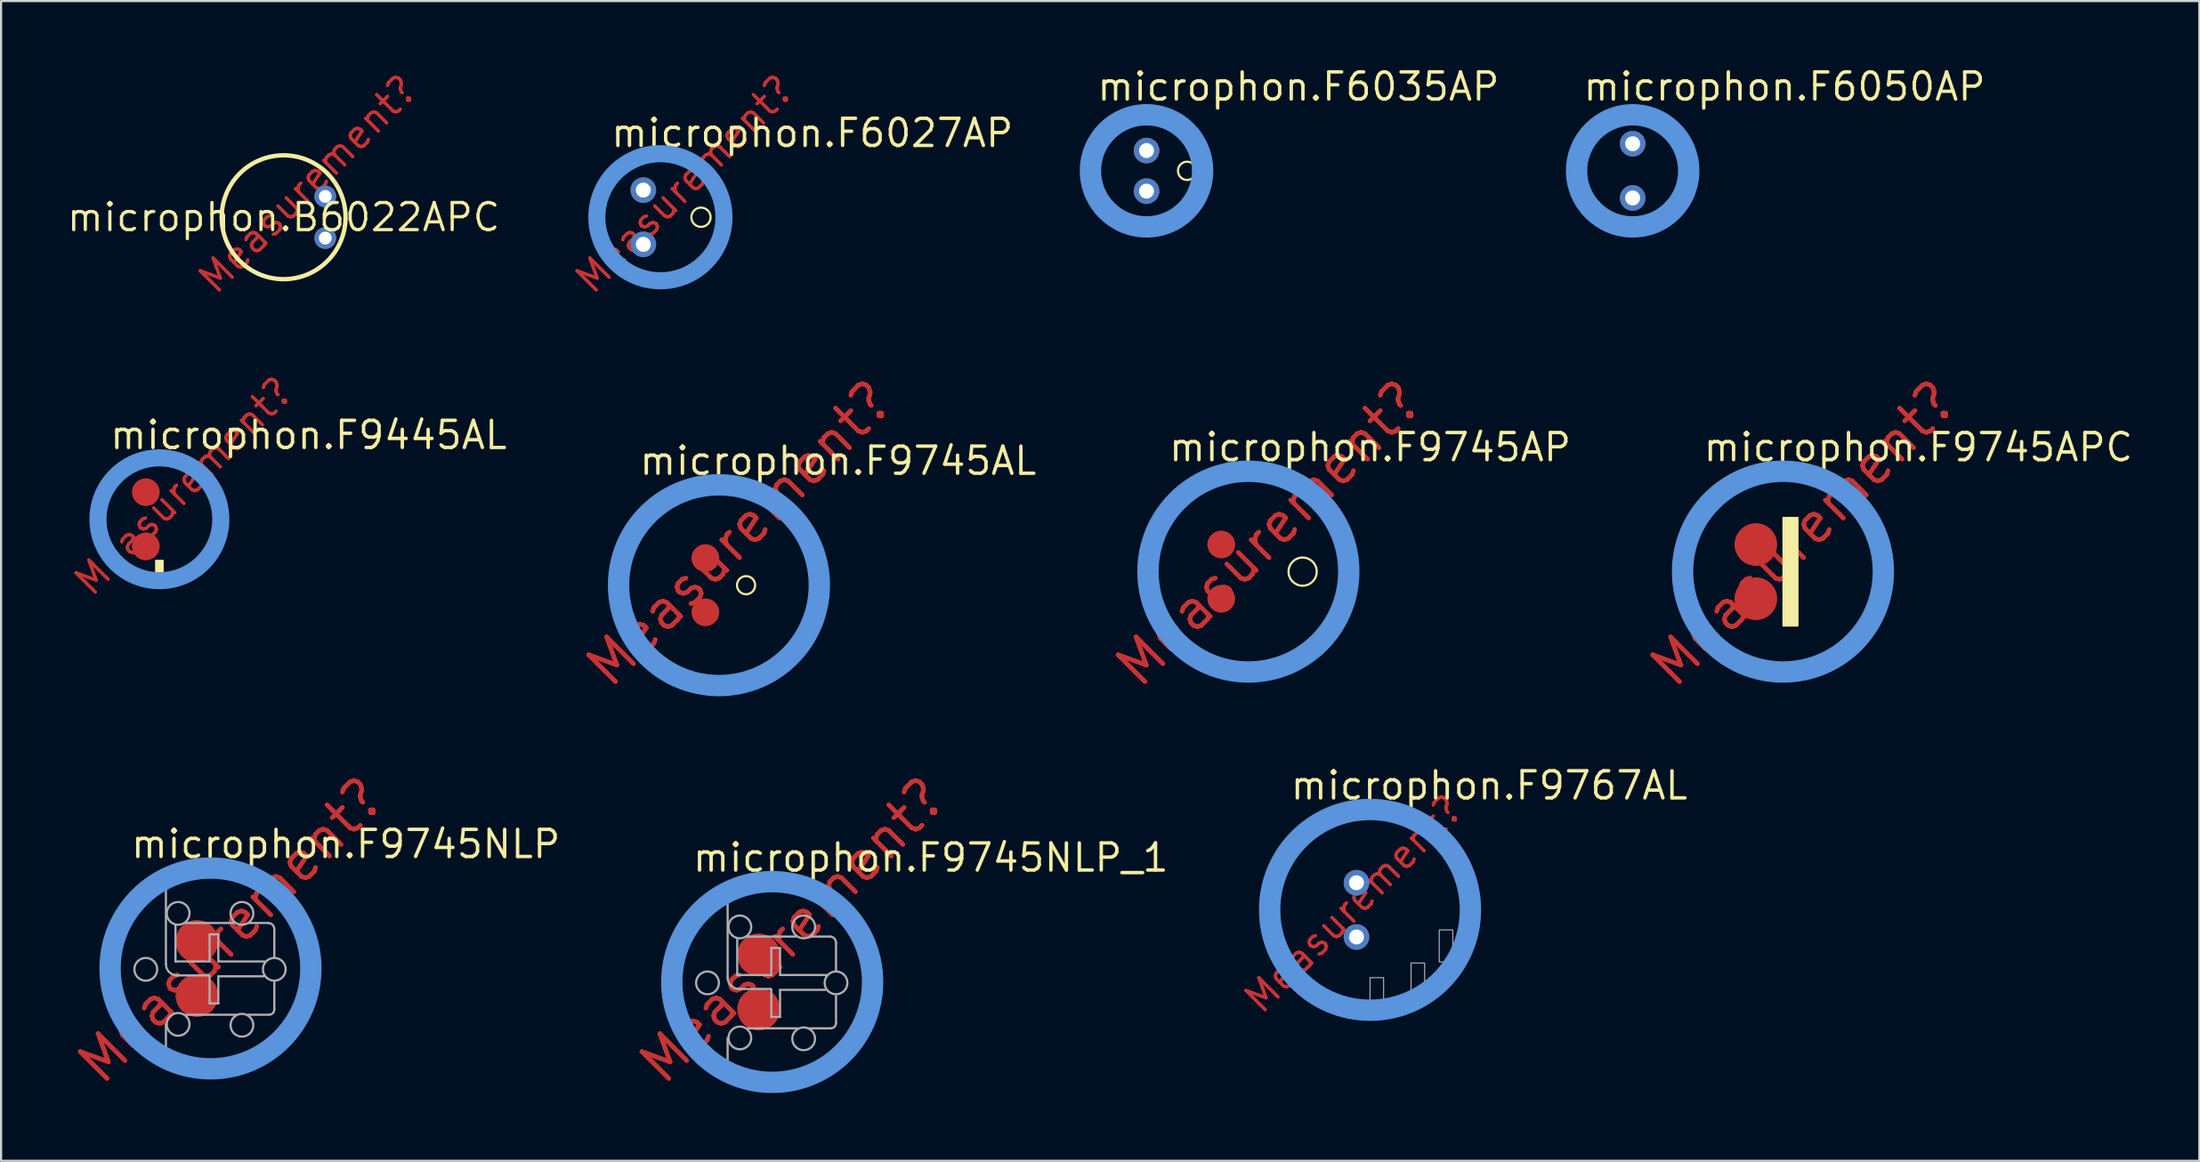
<source format=kicad_pcb>
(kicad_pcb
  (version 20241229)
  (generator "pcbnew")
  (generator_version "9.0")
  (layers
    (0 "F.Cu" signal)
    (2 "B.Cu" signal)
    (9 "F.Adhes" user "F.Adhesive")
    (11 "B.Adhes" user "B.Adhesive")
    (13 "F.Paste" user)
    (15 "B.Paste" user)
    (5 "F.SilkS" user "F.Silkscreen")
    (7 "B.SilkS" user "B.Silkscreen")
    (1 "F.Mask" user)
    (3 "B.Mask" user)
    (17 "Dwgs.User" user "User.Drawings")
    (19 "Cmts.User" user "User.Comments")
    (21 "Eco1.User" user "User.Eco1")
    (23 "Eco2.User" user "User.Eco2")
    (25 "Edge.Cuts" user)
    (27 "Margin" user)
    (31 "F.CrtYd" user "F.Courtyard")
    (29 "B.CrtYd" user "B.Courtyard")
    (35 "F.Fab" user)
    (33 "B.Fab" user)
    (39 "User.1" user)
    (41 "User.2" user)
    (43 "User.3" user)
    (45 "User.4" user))
  (footprint "microphon.B6022APC"
    (layer "F.Cu")
    (at 10.228 7.123)
    (property "Reference" "microphon.B6022APC" (at 0 0 0) (layer "F.SilkS") (effects (font (size 1.27 1.27) (thickness 0.15))))
    (attr through_hole)
    (fp_circle (center 0 0) (end 2.9 0) (stroke (width 0.203) (type default)) (fill no) (layer "F.SilkS"))
    (fp_text user "Measurement?" (at -3.175 3.81 45) (layer "F.Cu") (effects (font (size 1.27 1.27) (thickness 0.16)) (justify left bottom)))
    (pad "1" thru_hole circle (at 1.95 0.975) (size 1.016 1.016) (drill 0.6) (layers "*.Cu" "*.Mask"))
    (pad "2" thru_hole circle (at 1.95 -0.975) (size 1.016 1.016) (drill 0.6) (layers "*.Cu" "*.Mask")))
  (footprint "microphon.F9445AL"
    (layer "F.Cu")
    (at 4.412 21.267)
    (property "Reference" "microphon.F9445AL" (at -2.4 -3.2 0) (layer "F.SilkS") (effects (font (size 1.27 1.27) (thickness 0.16)) (justify left bottom)))
    (attr smd)
    (fp_rect (start -0.175 2.725) (end 0.175 1.925) (stroke (width 0.05) (type default)) (fill yes) (layer "F.SilkS"))
    (fp_circle (center 0 0) (end 2.875 0) (stroke (width 0.203) (type default)) (fill no) (layer "F.SilkS"))
    (fp_circle (center 0 0) (end 2.875 0) (stroke (width 0.8) (type default)) (fill no) (layer "Cmts.User"))
    (fp_text user "Measurement?" (at -3.175 3.81 45) (layer "F.Cu") (effects (font (size 1.27 1.27) (thickness 0.16)) (justify left bottom)))
    (pad "1" smd roundrect (at -0.635 -1.27) (size 1.3 1.3) (layers "F.Cu" "F.Mask" "F.Paste") (roundrect_rratio 0.5))
    (pad "2" smd roundrect (at -0.635 1.27) (size 1.3 1.3) (layers "F.Cu" "F.Mask" "F.Paste") (roundrect_rratio 0.5)))
  (footprint "microphon.F9745NLP_1"
    (layer "F.Cu")
    (at 33.102 42.936)
    (property "Reference" "microphon.F9745NLP_1" (at -3.81 -5.08 0) (layer "F.SilkS") (effects (font (size 1.27 1.27) (thickness 0.16)) (justify left bottom)))
    (attr smd)
    (fp_circle (center 0 0) (end 4.725 0) (stroke (width 0.203) (type default)) (fill no) (layer "F.SilkS"))
    (fp_circle (center 0 0) (end 4.7 0) (stroke (width 1) (type default)) (fill no) (layer "Cmts.User"))
    (fp_line (start -2.087 -0.205) (end -2.087 -3.765) (stroke (width 0.102) (type default)) (layer "F.Fab"))
    (fp_line (start -2.087 2.619) (end -2.087 3.724) (stroke (width 0.102) (type default)) (layer "F.Fab"))
    (fp_line (start -1.637 -2.006) (end -1.637 -0.327) (stroke (width 0.102) (type default)) (layer "F.Fab"))
    (fp_line (start -1.637 -0.327) (end -0.041 -0.327) (stroke (width 0.102) (type default)) (layer "F.Fab"))
    (fp_line (start -0.082 0.327) (end -1.555 0.327) (stroke (width 0.102) (type default)) (layer "F.Fab"))
    (fp_line (start -0.041 -1.596) (end 0.368 -1.596) (stroke (width 0.102) (type default)) (layer "F.Fab"))
    (fp_line (start -0.041 -0.327) (end -0.041 -1.596) (stroke (width 0.102) (type default)) (layer "F.Fab"))
    (fp_line (start -0.041 1.637) (end -0.041 0.368) (stroke (width 0.102) (type default)) (layer "F.Fab"))
    (fp_line (start 0.368 -1.596) (end 0.368 -0.327) (stroke (width 0.102) (type default)) (layer "F.Fab"))
    (fp_line (start 0.368 -0.327) (end 2.538 -0.327) (stroke (width 0.102) (type default)) (layer "F.Fab"))
    (fp_line (start 0.368 0.368) (end 2.497 0.368) (stroke (width 0.102) (type default)) (layer "F.Fab"))
    (fp_line (start 0.368 1.637) (end -0.041 1.637) (stroke (width 0.102) (type default)) (layer "F.Fab"))
    (fp_line (start 0.368 1.637) (end 0.368 0.368) (stroke (width 0.102) (type default)) (layer "F.Fab"))
    (fp_line (start 1.105 -2.128) (end -1.187 -2.128) (stroke (width 0.102) (type default)) (layer "F.Fab"))
    (fp_line (start 1.187 2.169) (end -1.146 2.169) (stroke (width 0.102) (type default)) (layer "F.Fab"))
    (fp_line (start 1.801 -2.128) (end 2.701 -2.128) (stroke (width 0.102) (type default)) (layer "F.Fab"))
    (fp_line (start 2.742 2.169) (end 1.76 2.169) (stroke (width 0.102) (type default)) (layer "F.Fab"))
    (fp_line (start 2.988 -1.842) (end 2.988 -0.532) (stroke (width 0.102) (type default)) (layer "F.Fab"))
    (fp_line (start 2.988 0.655) (end 2.988 1.924) (stroke (width 0.102) (type default)) (layer "F.Fab"))
    (fp_arc (start -2.0873 3.7244) (mid -4.295964 -0.0205) (end -2.0873 -3.7654) (stroke (width 0.1016) (type default)) (layer "F.Fab"))
    (fp_arc (start -1.5553 0.3274) (mid -1.931481 0.171581) (end -2.0873 -0.2046) (stroke (width 0.1016) (type default)) (layer "F.Fab"))
    (fp_arc (start -0.0819 0.3274) (mid -0.052909 0.339409) (end -0.0409 0.3684) (stroke (width 0.1016) (type default)) (layer "F.Fab"))
    (fp_arc (start 2.7012 -2.1283) (mid 2.903786 -2.044386) (end 2.9877 -1.8418) (stroke (width 0.1016) (type default)) (layer "F.Fab"))
    (fp_arc (start 2.9877 1.9236) (mid 2.915815 2.097245) (end 2.7422 2.1692) (stroke (width 0.1016) (type default)) (layer "F.Fab"))
    (fp_circle (center -3.029 0.041) (end -2.495 0.041) (stroke (width 0.102) (type default)) (fill no) (layer "F.Fab"))
    (fp_circle (center -1.514 -2.579) (end -0.981 -2.579) (stroke (width 0.102) (type default)) (fill no) (layer "F.Fab"))
    (fp_circle (center -1.514 2.619) (end -0.982 2.619) (stroke (width 0.102) (type default)) (fill no) (layer "F.Fab"))
    (fp_circle (center 1.473 -2.579) (end 2.007 -2.579) (stroke (width 0.102) (type default)) (fill no) (layer "F.Fab"))
    (fp_circle (center 1.473 2.66) (end 2.006 2.66) (stroke (width 0.102) (type default)) (fill no) (layer "F.Fab"))
    (fp_circle (center 2.988 0.041) (end 3.521 0.041) (stroke (width 0.102) (type default)) (fill no) (layer "F.Fab"))
    (fp_text user "Measurement?" (at -5.08 5.08 45) (layer "F.Cu") (effects (font (size 1.778 1.778) (thickness 0.22)) (justify left bottom)))
    (pad "1" smd roundrect (at -0.635 -1.27) (size 2 2) (layers "F.Cu" "F.Mask" "F.Paste") (roundrect_rratio 0.5))
    (pad "2" smd roundrect (at -0.635 1.27) (size 2 2) (layers "F.Cu" "F.Mask" "F.Paste") (roundrect_rratio 0.5)))
  (footprint "microphon.F9767AL"
    (layer "F.Cu")
    (at 61.091 39.557)
    (property "Reference" "microphon.F9767AL" (at -3.81 -5.08 0) (layer "F.SilkS") (effects (font (size 1.27 1.27) (thickness 0.16)) (justify left bottom)))
    (attr through_hole)
    (fp_circle (center 0 0) (end 4.725 0) (stroke (width 0.203) (type default)) (fill no) (layer "F.SilkS"))
    (fp_circle (center 0 0) (end 4.7 0) (stroke (width 1) (type default)) (fill no) (layer "Cmts.User"))
    (fp_rect (start 0 4.675) (end 0.635 3.175) (stroke (width 0.05) (type default)) (fill no) (layer "F.Fab"))
    (fp_rect (start 1.92 3.99) (end 2.555 2.49) (stroke (width 0.05) (type default)) (fill no) (layer "F.Fab"))
    (fp_rect (start 3.24 2.438) (end 3.875 0.938) (stroke (width 0.05) (type default)) (fill no) (layer "F.Fab"))
    (fp_text user "Measurement?" (at -5.08 5.08 45) (layer "F.Cu") (effects (font (size 1.27 1.27) (thickness 0.16)) (justify left bottom)))
    (pad "1" thru_hole circle (at -0.635 -1.27) (size 1.2 1.2) (drill 0.7) (layers "*.Cu" "*.Mask"))
    (pad "2" thru_hole circle (at -0.635 1.27) (size 1.2 1.2) (drill 0.7) (layers "*.Cu" "*.Mask")))
  (footprint "microphon.F9745AP"
    (layer "F.Cu")
    (at 55.395 23.719)
    (property "Reference" "microphon.F9745AP" (at -3.81 -5.08 0) (layer "F.SilkS") (effects (font (size 1.27 1.27) (thickness 0.16)) (justify left bottom)))
    (attr smd)
    (fp_circle (center 0 0) (end 4.725 0) (stroke (width 0.203) (type default)) (fill no) (layer "F.SilkS"))
    (fp_circle (center 2.54 0) (end 3.2 0) (stroke (width 0.1) (type default)) (fill no) (layer "F.SilkS"))
    (fp_circle (center 0 0) (end 4.7 0) (stroke (width 1) (type default)) (fill no) (layer "Cmts.User"))
    (fp_text user "Measurement?" (at -5.08 5.715 45) (layer "F.Cu") (effects (font (size 1.778 1.778) (thickness 0.22)) (justify left bottom)))
    (pad "1" smd roundrect (at -1.27 -1.27) (size 1.3 1.3) (layers "F.Cu" "F.Mask" "F.Paste") (roundrect_rratio 0.5))
    (pad "2" smd roundrect (at -1.27 1.27) (size 1.3 1.3) (layers "F.Cu" "F.Mask" "F.Paste") (roundrect_rratio 0.5)))
  (footprint "microphon.F9745AL"
    (layer "F.Cu")
    (at 30.609 24.354)
    (property "Reference" "microphon.F9745AL" (at -3.81 -5.08 0) (layer "F.SilkS") (effects (font (size 1.27 1.27) (thickness 0.16)) (justify left bottom)))
    (attr smd)
    (fp_circle (center 0 0) (end 4.725 0) (stroke (width 0.203) (type default)) (fill no) (layer "F.SilkS"))
    (fp_circle (center 1.27 0) (end 1.695 0) (stroke (width 0.1) (type default)) (fill no) (layer "F.SilkS"))
    (fp_circle (center 0 0) (end 4.7 0) (stroke (width 1) (type default)) (fill no) (layer "Cmts.User"))
    (fp_text user "Measurement?" (at -5.08 5.08 45) (layer "F.Cu") (effects (font (size 1.778 1.778) (thickness 0.22)) (justify left bottom)))
    (pad "1" smd roundrect (at -0.635 -1.27) (size 1.3 1.3) (layers "F.Cu" "F.Mask" "F.Paste") (roundrect_rratio 0.5))
    (pad "2" smd roundrect (at -0.635 1.27) (size 1.3 1.3) (layers "F.Cu" "F.Mask" "F.Paste") (roundrect_rratio 0.5)))
  (footprint "microphon.F6050AP"
    (layer "F.Cu")
    (at 73.386 4.95)
    (property "Reference" "microphon.F6050AP" (at -2.4 -3.2 0) (layer "F.SilkS") (effects (font (size 1.27 1.27) (thickness 0.16)) (justify left bottom)))
    (attr through_hole)
    (fp_rect (start -1.95 2.025) (end -1.55 1.475) (stroke (width 0.05) (type default)) (fill yes) (layer "F.SilkS"))
    (fp_rect (start 1.55 2.025) (end 1.95 1.475) (stroke (width 0.05) (type default)) (fill yes) (layer "F.SilkS"))
    (fp_circle (center 0 0) (end 2.875 0) (stroke (width 0.203) (type default)) (fill no) (layer "F.SilkS"))
    (fp_circle (center 0 0) (end 2.625 0) (stroke (width 1) (type default)) (fill no) (layer "Cmts.User"))
    (pad "1" thru_hole circle (at 0 -1.27) (size 1.2 1.2) (drill 0.7) (layers "*.Cu" "*.Mask"))
    (pad "2" thru_hole circle (at 0 1.27) (size 1.2 1.2) (drill 0.7) (layers "*.Cu" "*.Mask")))
  (footprint "microphon.F9745APC"
    (layer "F.Cu")
    (at 80.423 23.719)
    (property "Reference" "microphon.F9745APC" (at -3.81 -5.08 0) (layer "F.SilkS") (effects (font (size 1.27 1.27) (thickness 0.16)) (justify left bottom)))
    (attr smd)
    (fp_rect (start 0 2.55) (end 0.7 -2.54) (stroke (width 0.05) (type default)) (fill yes) (layer "F.SilkS"))
    (fp_circle (center 0 0) (end 4.725 0) (stroke (width 0.203) (type default)) (fill no) (layer "F.SilkS"))
    (fp_circle (center 0 0) (end 4.7 0) (stroke (width 1) (type default)) (fill no) (layer "Cmts.User"))
    (fp_text user "Measurement?" (at -5.08 5.715 45) (layer "F.Cu") (effects (font (size 1.778 1.778) (thickness 0.22)) (justify left bottom)))
    (pad "1" smd roundrect (at -1.27 -1.27) (size 2 2) (layers "F.Cu" "F.Mask" "F.Paste") (roundrect_rratio 0.5))
    (pad "2" smd roundrect (at -1.27 1.27) (size 2 2) (layers "F.Cu" "F.Mask" "F.Paste") (roundrect_rratio 0.5)))
  (footprint "microphon.F9745NLP"
    (layer "F.Cu")
    (at 6.804 42.301)
    (property "Reference" "microphon.F9745NLP" (at -3.81 -5.08 0) (layer "F.SilkS") (effects (font (size 1.27 1.27) (thickness 0.16)) (justify left bottom)))
    (attr smd)
    (fp_circle (center 0 0) (end 4.725 0) (stroke (width 0.203) (type default)) (fill no) (layer "F.SilkS"))
    (fp_circle (center 0 0) (end 4.7 0) (stroke (width 1) (type default)) (fill no) (layer "Cmts.User"))
    (fp_line (start -2.087 -0.205) (end -2.087 -3.765) (stroke (width 0.102) (type default)) (layer "F.Fab"))
    (fp_line (start -2.087 2.619) (end -2.087 3.724) (stroke (width 0.102) (type default)) (layer "F.Fab"))
    (fp_line (start -1.637 -2.006) (end -1.637 -0.327) (stroke (width 0.102) (type default)) (layer "F.Fab"))
    (fp_line (start -1.637 -0.327) (end -0.041 -0.327) (stroke (width 0.102) (type default)) (layer "F.Fab"))
    (fp_line (start -0.082 0.327) (end -1.555 0.327) (stroke (width 0.102) (type default)) (layer "F.Fab"))
    (fp_line (start -0.041 -1.596) (end 0.368 -1.596) (stroke (width 0.102) (type default)) (layer "F.Fab"))
    (fp_line (start -0.041 -0.327) (end -0.041 -1.596) (stroke (width 0.102) (type default)) (layer "F.Fab"))
    (fp_line (start -0.041 1.637) (end -0.041 0.368) (stroke (width 0.102) (type default)) (layer "F.Fab"))
    (fp_line (start 0.368 -1.596) (end 0.368 -0.327) (stroke (width 0.102) (type default)) (layer "F.Fab"))
    (fp_line (start 0.368 -0.327) (end 2.538 -0.327) (stroke (width 0.102) (type default)) (layer "F.Fab"))
    (fp_line (start 0.368 0.368) (end 2.497 0.368) (stroke (width 0.102) (type default)) (layer "F.Fab"))
    (fp_line (start 0.368 1.637) (end -0.041 1.637) (stroke (width 0.102) (type default)) (layer "F.Fab"))
    (fp_line (start 0.368 1.637) (end 0.368 0.368) (stroke (width 0.102) (type default)) (layer "F.Fab"))
    (fp_line (start 1.105 -2.128) (end -1.187 -2.128) (stroke (width 0.102) (type default)) (layer "F.Fab"))
    (fp_line (start 1.187 2.169) (end -1.146 2.169) (stroke (width 0.102) (type default)) (layer "F.Fab"))
    (fp_line (start 1.801 -2.128) (end 2.701 -2.128) (stroke (width 0.102) (type default)) (layer "F.Fab"))
    (fp_line (start 2.742 2.169) (end 1.76 2.169) (stroke (width 0.102) (type default)) (layer "F.Fab"))
    (fp_line (start 2.988 -1.842) (end 2.988 -0.532) (stroke (width 0.102) (type default)) (layer "F.Fab"))
    (fp_line (start 2.988 0.655) (end 2.988 1.924) (stroke (width 0.102) (type default)) (layer "F.Fab"))
    (fp_arc (start -2.0873 3.7244) (mid -4.295964 -0.0205) (end -2.0873 -3.7654) (stroke (width 0.1016) (type default)) (layer "F.Fab"))
    (fp_arc (start -1.5553 0.3274) (mid -1.931481 0.171581) (end -2.0873 -0.2046) (stroke (width 0.1016) (type default)) (layer "F.Fab"))
    (fp_arc (start -0.0819 0.3274) (mid -0.052909 0.339409) (end -0.0409 0.3684) (stroke (width 0.1016) (type default)) (layer "F.Fab"))
    (fp_arc (start 2.7012 -2.1283) (mid 2.903786 -2.044386) (end 2.9877 -1.8418) (stroke (width 0.1016) (type default)) (layer "F.Fab"))
    (fp_arc (start 2.9877 1.9236) (mid 2.915801 2.09723) (end 2.7422 2.1692) (stroke (width 0.1016) (type default)) (layer "F.Fab"))
    (fp_circle (center -3.029 0.041) (end -2.495 0.041) (stroke (width 0.102) (type default)) (fill no) (layer "F.Fab"))
    (fp_circle (center -1.514 -2.579) (end -0.981 -2.579) (stroke (width 0.102) (type default)) (fill no) (layer "F.Fab"))
    (fp_circle (center -1.514 2.619) (end -0.982 2.619) (stroke (width 0.102) (type default)) (fill no) (layer "F.Fab"))
    (fp_circle (center 1.473 -2.579) (end 2.007 -2.579) (stroke (width 0.102) (type default)) (fill no) (layer "F.Fab"))
    (fp_circle (center 1.473 2.66) (end 2.006 2.66) (stroke (width 0.102) (type default)) (fill no) (layer "F.Fab"))
    (fp_circle (center 2.988 0.041) (end 3.521 0.041) (stroke (width 0.102) (type default)) (fill no) (layer "F.Fab"))
    (fp_text user "Measurement?" (at -5.08 5.715 45) (layer "F.Cu") (effects (font (size 1.778 1.778) (thickness 0.22)) (justify left bottom)))
    (pad "1" smd roundrect (at -0.635 -1.27) (size 2 2) (layers "F.Cu" "F.Mask" "F.Paste") (roundrect_rratio 0.5))
    (pad "2" smd roundrect (at -0.635 1.27) (size 2 2) (layers "F.Cu" "F.Mask" "F.Paste") (roundrect_rratio 0.5)))
  (footprint "microphon.F6035AP"
    (layer "F.Cu")
    (at 50.627 4.95)
    (property "Reference" "microphon.F6035AP" (at -2.4 -3.2 0) (layer "F.SilkS") (effects (font (size 1.27 1.27) (thickness 0.16)) (justify left bottom)))
    (attr through_hole)
    (fp_circle (center 0 0) (end 2.875 0) (stroke (width 0.203) (type default)) (fill no) (layer "F.SilkS"))
    (fp_circle (center 1.9 0) (end 2.328 0) (stroke (width 0.1) (type default)) (fill no) (layer "F.SilkS"))
    (fp_circle (center 0 0) (end 2.625 0) (stroke (width 1) (type default)) (fill no) (layer "Cmts.User"))
    (pad "1" thru_hole circle (at 0 -0.95) (size 1.2 1.2) (drill 0.7) (layers "*.Cu" "*.Mask"))
    (pad "2" thru_hole circle (at 0 0.95) (size 1.2 1.2) (drill 0.7) (layers "*.Cu" "*.Mask")))
  (footprint "microphon.F6027AP"
    (layer "F.Cu")
    (at 27.868 7.123)
    (property "Reference" "microphon.F6027AP" (at -2.4 -3.2 0) (layer "F.SilkS") (effects (font (size 1.27 1.27) (thickness 0.16)) (justify left bottom)))
    (attr through_hole)
    (fp_circle (center 0 0) (end 2.875 0) (stroke (width 0.203) (type default)) (fill no) (layer "F.SilkS"))
    (fp_circle (center 1.9 0) (end 2.351 0) (stroke (width 0.1) (type default)) (fill no) (layer "F.SilkS"))
    (fp_circle (center 0 0) (end 2.975 0) (stroke (width 0.8) (type default)) (fill no) (layer "Cmts.User"))
    (fp_text user "Measurement?" (at -3.175 3.81 45) (layer "F.Cu") (effects (font (size 1.27 1.27) (thickness 0.16)) (justify left bottom)))
    (pad "1" thru_hole circle (at -0.8 -1.27) (size 1.2 1.2) (drill 0.7) (layers "*.Cu" "*.Mask"))
    (pad "2" thru_hole circle (at -0.8 1.27) (size 1.2 1.2) (drill 0.7) (layers "*.Cu" "*.Mask")))
  (gr_rect
    (start -3 -3)
    (end 99.917 51.31)
    (stroke (width 0.1) (type default))
    (fill no)
    (layer "Edge.Cuts")))
</source>
